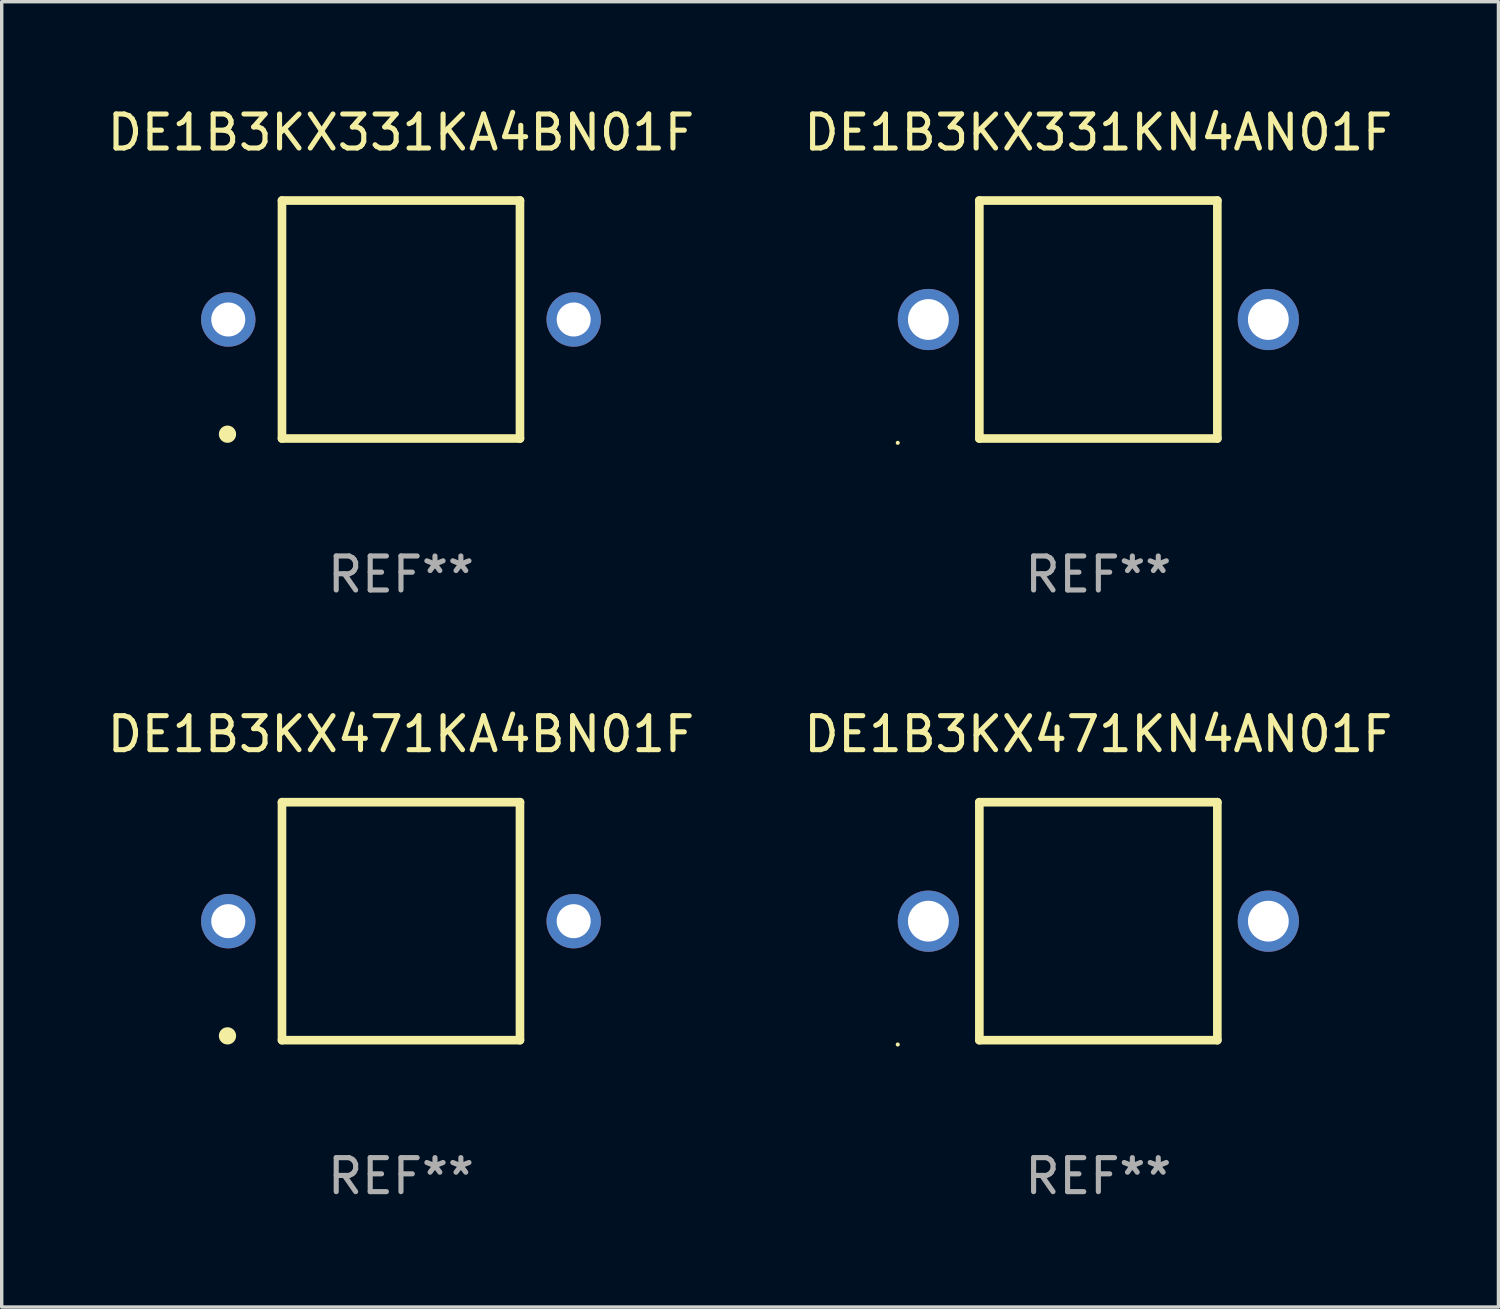
<source format=kicad_pcb>
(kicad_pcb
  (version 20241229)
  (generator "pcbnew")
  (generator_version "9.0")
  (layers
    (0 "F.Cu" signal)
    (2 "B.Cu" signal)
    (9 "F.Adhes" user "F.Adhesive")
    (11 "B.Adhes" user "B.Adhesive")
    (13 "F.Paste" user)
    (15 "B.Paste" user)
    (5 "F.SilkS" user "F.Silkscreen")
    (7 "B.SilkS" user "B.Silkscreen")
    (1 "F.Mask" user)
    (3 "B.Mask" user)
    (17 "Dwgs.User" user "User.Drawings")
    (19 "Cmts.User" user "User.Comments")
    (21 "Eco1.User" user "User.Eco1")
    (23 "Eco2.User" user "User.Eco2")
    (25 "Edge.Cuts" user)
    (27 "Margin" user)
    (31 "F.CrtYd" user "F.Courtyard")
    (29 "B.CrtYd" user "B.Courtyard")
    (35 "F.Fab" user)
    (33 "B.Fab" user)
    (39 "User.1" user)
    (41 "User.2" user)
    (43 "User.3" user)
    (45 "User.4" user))
  (footprint "DE1B3KX331KN4AN01F"
    (layer "F.Cu")
    (at 29.256 6.348)
    (property "Reference" "DE1B3KX331KN4AN01F" (at 0 -5.5 0) (layer "F.SilkS") (effects (font (size 1 1) (thickness 0.15))))
    (attr through_hole)
    (fp_line (start -3.5 -3.5) (end 3.5 -3.5) (stroke (width 0.254) (type solid)) (layer "F.SilkS"))
    (fp_line (start -3.5 3.5) (end -3.5 -3.5) (stroke (width 0.254) (type solid)) (layer "F.SilkS"))
    (fp_line (start 3.5 -3.5) (end 3.5 3.5) (stroke (width 0.254) (type solid)) (layer "F.SilkS"))
    (fp_line (start 3.5 3.5) (end -3.5 3.5) (stroke (width 0.254) (type solid)) (layer "F.SilkS"))
    (fp_circle (center -5.9 3.627) (end -5.87 3.627) (stroke (width 0.06) (type solid)) (fill no) (layer "F.SilkS"))
    (fp_text user "REF**" (at 0 7.5 0) (layer "F.Fab") (effects (font (size 1 1) (thickness 0.15))))
    (pad "1" thru_hole circle (at -5 0) (size 1.8 1.8) (drill 1.2) (layers "*.Cu" "*.Mask"))
    (pad "2" thru_hole circle (at 5 0) (size 1.8 1.8) (drill 1.2) (layers "*.Cu" "*.Mask")))
  (footprint "DE1B3KX471KA4BN01F"
    (layer "F.Cu")
    (at 8.744 24.045)
    (property "Reference" "DE1B3KX471KA4BN01F" (at 0 -5.5 0) (layer "F.SilkS") (effects (font (size 1 1) (thickness 0.15))))
    (attr through_hole)
    (fp_line (start -3.5 -3.5) (end -3.5 3.5) (stroke (width 0.254) (type solid)) (layer "F.SilkS"))
    (fp_line (start -3.5 -3.5) (end 3.5 -3.5) (stroke (width 0.254) (type solid)) (layer "F.SilkS"))
    (fp_line (start 3.5 3.5) (end -3.5 3.5) (stroke (width 0.254) (type solid)) (layer "F.SilkS"))
    (fp_line (start 3.5 3.5) (end 3.5 -3.5) (stroke (width 0.254) (type solid)) (layer "F.SilkS"))
    (fp_circle (center -5.103 3.373) (end -4.976 3.373) (stroke (width 0.254) (type solid)) (fill no) (layer "F.SilkS"))
    (fp_text user "REF**" (at 0 7.5 0) (layer "F.Fab") (effects (font (size 1 1) (thickness 0.15))))
    (pad "1" thru_hole circle (at -5.08 -0.000254) (size 1.6 1.6) (drill 1) (layers "*.Cu" "*.Mask"))
    (pad "2" thru_hole circle (at 5.08 -0.000254) (size 1.6 1.6) (drill 1) (layers "*.Cu" "*.Mask")))
  (footprint "DE1B3KX331KA4BN01F"
    (layer "F.Cu")
    (at 8.744 6.348)
    (property "Reference" "DE1B3KX331KA4BN01F" (at 0 -5.5 0) (layer "F.SilkS") (effects (font (size 1 1) (thickness 0.15))))
    (attr through_hole)
    (fp_line (start -3.5 -3.5) (end -3.5 3.5) (stroke (width 0.254) (type solid)) (layer "F.SilkS"))
    (fp_line (start -3.5 -3.5) (end 3.5 -3.5) (stroke (width 0.254) (type solid)) (layer "F.SilkS"))
    (fp_line (start 3.5 3.5) (end -3.5 3.5) (stroke (width 0.254) (type solid)) (layer "F.SilkS"))
    (fp_line (start 3.5 3.5) (end 3.5 -3.5) (stroke (width 0.254) (type solid)) (layer "F.SilkS"))
    (fp_circle (center -5.103 3.373) (end -4.976 3.373) (stroke (width 0.254) (type solid)) (fill no) (layer "F.SilkS"))
    (fp_text user "REF**" (at 0 7.5 0) (layer "F.Fab") (effects (font (size 1 1) (thickness 0.15))))
    (pad "1" thru_hole circle (at -5.08 -0.000254) (size 1.6 1.6) (drill 1) (layers "*.Cu" "*.Mask"))
    (pad "2" thru_hole circle (at 5.08 -0.000254) (size 1.6 1.6) (drill 1) (layers "*.Cu" "*.Mask")))
  (footprint "DE1B3KX471KN4AN01F"
    (layer "F.Cu")
    (at 29.256 24.045)
    (property "Reference" "DE1B3KX471KN4AN01F" (at 0 -5.5 0) (layer "F.SilkS") (effects (font (size 1 1) (thickness 0.15))))
    (attr through_hole)
    (fp_line (start -3.5 -3.5) (end 3.5 -3.5) (stroke (width 0.254) (type solid)) (layer "F.SilkS"))
    (fp_line (start -3.5 3.5) (end -3.5 -3.5) (stroke (width 0.254) (type solid)) (layer "F.SilkS"))
    (fp_line (start 3.5 -3.5) (end 3.5 3.5) (stroke (width 0.254) (type solid)) (layer "F.SilkS"))
    (fp_line (start 3.5 3.5) (end -3.5 3.5) (stroke (width 0.254) (type solid)) (layer "F.SilkS"))
    (fp_circle (center -5.9 3.627) (end -5.87 3.627) (stroke (width 0.06) (type solid)) (fill no) (layer "F.SilkS"))
    (fp_text user "REF**" (at 0 7.5 0) (layer "F.Fab") (effects (font (size 1 1) (thickness 0.15))))
    (pad "1" thru_hole circle (at -5 0) (size 1.8 1.8) (drill 1.2) (layers "*.Cu" "*.Mask"))
    (pad "2" thru_hole circle (at 5 0) (size 1.8 1.8) (drill 1.2) (layers "*.Cu" "*.Mask")))
  (gr_rect
    (start -3 -3)
    (end 41.024 35.394)
    (stroke (width 0.1) (type default))
    (fill no)
    (layer "Edge.Cuts")))
</source>
